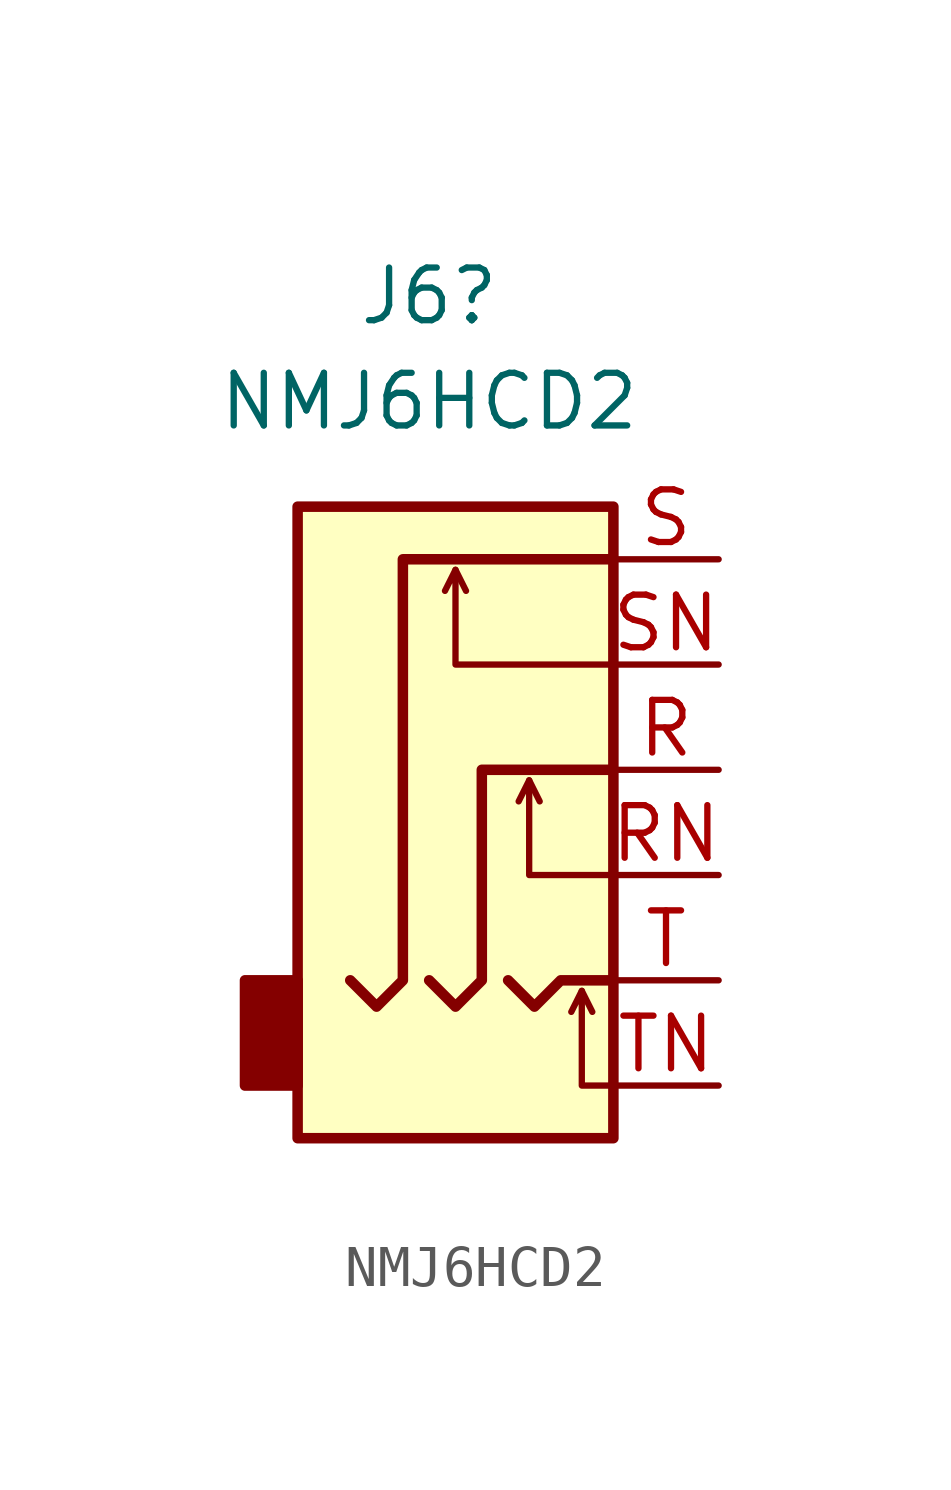
<source format=kicad_sym>
(kicad_symbol_lib
  (version 20220914)
  (generator kicad_symbol_editor)
  (symbol "NMJ6HCD2"
    (property "Reference" "J6"
      (at -1.905 11.43 0)
      (effects (font (size 1.27 1.27))))
    (property "Value" "NMJ6HCD2"
      (at -1.905 8.89 0)
      (effects (font (size 1.27 1.27))))
    (symbol "NMJ6HCD2_0_1"
      (rectangle (start -5.08 -5.08) (end -6.35 -7.62) (stroke (width 0.254) (type default)) (fill (type outline)))
      (rectangle (start -5.08 6.35) (end 2.54 -8.89) (stroke (width 0.254) (type default)) (fill (type background)))
      (polyline (pts (xy -1.27 4.826) (xy -1.016 4.318)) (stroke (width 0) (type default)) (fill (type none)))
      (polyline (pts (xy 0.508 -0.254) (xy 0.762 -0.762)) (stroke (width 0) (type default)) (fill (type none)))
      (polyline (pts (xy 1.778 -5.334) (xy 2.032 -5.842)) (stroke (width 0) (type default)) (fill (type none)))
      (polyline (pts (xy 0 -5.08) (xy 0.635 -5.715) (xy 1.27 -5.08) (xy 2.54 -5.08)) (stroke (width 0.254) (type default)) (fill (type none)))
      (polyline (pts (xy 2.54 -7.62) (xy 1.778 -7.62) (xy 1.778 -5.334) (xy 1.524 -5.842)) (stroke (width 0) (type default)) (fill (type none)))
      (polyline (pts (xy 2.54 -2.54) (xy 0.508 -2.54) (xy 0.508 -0.254) (xy 0.254 -0.762)) (stroke (width 0) (type default)) (fill (type none)))
      (polyline (pts (xy 2.54 2.54) (xy -1.27 2.54) (xy -1.27 4.826) (xy -1.524 4.318)) (stroke (width 0) (type default)) (fill (type none)))
      (polyline (pts (xy -1.905 -5.08) (xy -1.27 -5.715) (xy -0.635 -5.08) (xy -0.635 0) (xy 2.54 0)) (stroke (width 0.254) (type default)) (fill (type none)))
      (polyline (pts (xy 2.54 5.08) (xy -2.54 5.08) (xy -2.54 -5.08) (xy -3.175 -5.715) (xy -3.81 -5.08)) (stroke (width 0.254) (type default)) (fill (type none))))
    (symbol "NMJ6HCD2_1_1"
      (pin passive line (at 5.08 0 180) (length 2.54) (name "~" (effects (font (size 1.27 1.27)))) (number "R" (effects (font (size 1.27 1.27)))))
      (pin passive line (at 5.08 -2.54 180) (length 2.54) (name "~" (effects (font (size 1.27 1.27)))) (number "RN" (effects (font (size 1.27 1.27)))))
      (pin passive line (at 5.08 5.08 180) (length 2.54) (name "~" (effects (font (size 1.27 1.27)))) (number "S" (effects (font (size 1.27 1.27)))))
      (pin passive line (at 5.08 2.54 180) (length 2.54) (name "~" (effects (font (size 1.27 1.27)))) (number "SN" (effects (font (size 1.27 1.27)))))
      (pin passive line (at 5.08 -5.08 180) (length 2.54) (name "~" (effects (font (size 1.27 1.27)))) (number "T" (effects (font (size 1.27 1.27)))))
      (pin passive line (at 5.08 -7.62 180) (length 2.54) (name "~" (effects (font (size 1.27 1.27)))) (number "TN" (effects (font (size 1.27 1.27))))))))
</source>
